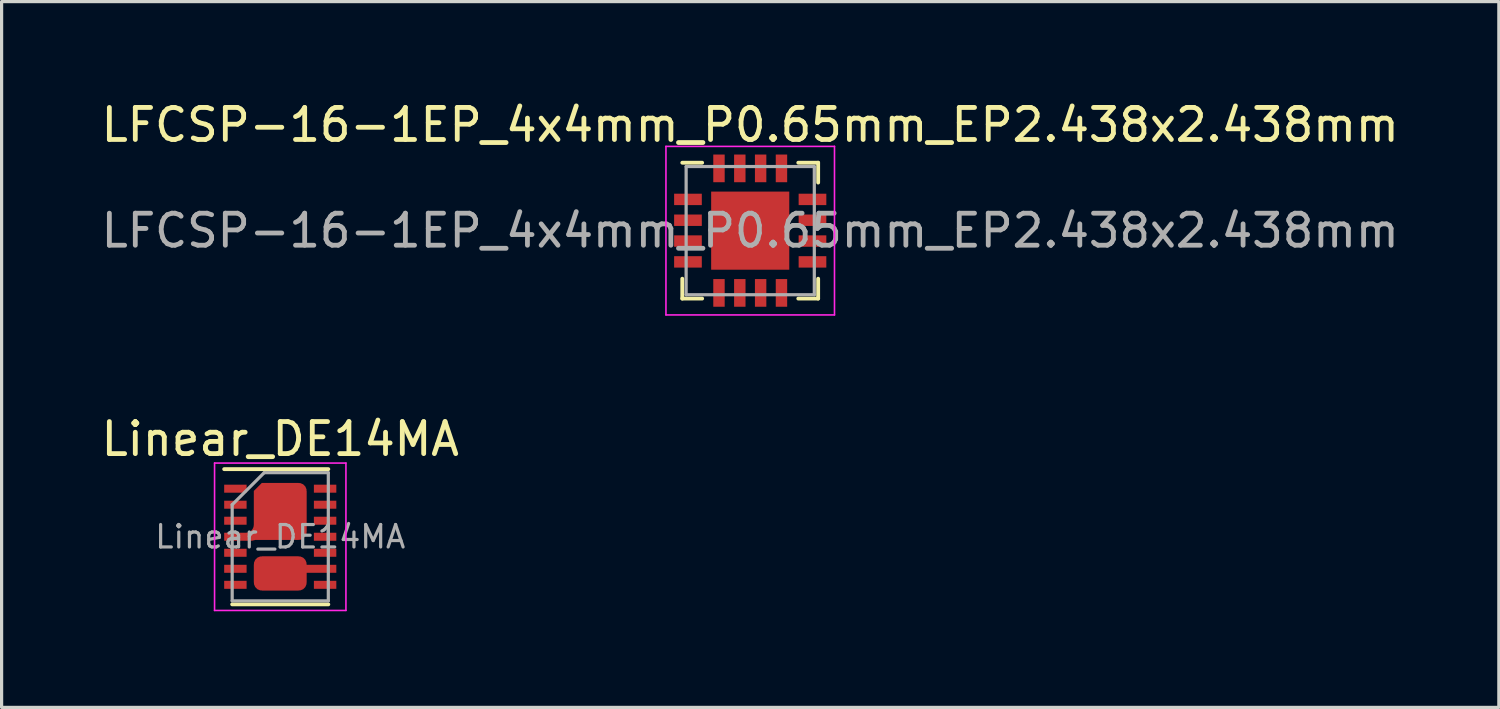
<source format=kicad_pcb>
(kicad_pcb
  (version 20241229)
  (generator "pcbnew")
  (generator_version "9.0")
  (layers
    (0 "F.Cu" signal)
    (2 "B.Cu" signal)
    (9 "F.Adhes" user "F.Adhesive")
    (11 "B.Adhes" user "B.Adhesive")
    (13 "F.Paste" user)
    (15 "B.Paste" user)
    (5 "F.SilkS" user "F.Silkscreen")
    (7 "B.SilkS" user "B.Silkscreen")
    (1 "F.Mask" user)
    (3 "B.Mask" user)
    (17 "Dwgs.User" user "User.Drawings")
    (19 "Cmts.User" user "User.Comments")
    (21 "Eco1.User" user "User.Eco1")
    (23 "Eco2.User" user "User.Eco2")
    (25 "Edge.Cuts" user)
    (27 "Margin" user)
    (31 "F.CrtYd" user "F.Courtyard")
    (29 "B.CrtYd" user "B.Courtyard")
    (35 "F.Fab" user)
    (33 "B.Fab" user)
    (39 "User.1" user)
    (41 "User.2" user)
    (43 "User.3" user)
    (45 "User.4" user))
  (footprint "LFCSP-16-1EP_4x4mm_P0.65mm_EP2.438x2.438mm"
    (layer "F.Cu")
    (at 20.363 4.148)
    (property "Reference" "LFCSP-16-1EP_4x4mm_P0.65mm_EP2.438x2.438mm" (at 0 -3.3 0) (layer "F.SilkS") (effects (font (size 1 1) (thickness 0.15))))
    (attr smd)
    (fp_line (start -2.12 2.12) (end -2.12 1.5) (stroke (width 0.12) (type solid)) (layer "F.SilkS"))
    (fp_line (start -1.5 -2.12) (end -2.12 -2.12) (stroke (width 0.12) (type solid)) (layer "F.SilkS"))
    (fp_line (start -1.5 2.12) (end -2.12 2.12) (stroke (width 0.12) (type solid)) (layer "F.SilkS"))
    (fp_line (start 1.5 -2.12) (end 2.12 -2.12) (stroke (width 0.12) (type solid)) (layer "F.SilkS"))
    (fp_line (start 1.5 2.12) (end 2.12 2.12) (stroke (width 0.12) (type solid)) (layer "F.SilkS"))
    (fp_line (start 2.12 -2.12) (end 2.12 -1.5) (stroke (width 0.12) (type solid)) (layer "F.SilkS"))
    (fp_line (start 2.12 2.12) (end 2.12 1.5) (stroke (width 0.12) (type solid)) (layer "F.SilkS"))
    (fp_line (start -2.63 -2.63) (end 2.63 -2.63) (stroke (width 0.05) (type solid)) (layer "F.CrtYd"))
    (fp_line (start -2.63 2.63) (end -2.63 -2.63) (stroke (width 0.05) (type solid)) (layer "F.CrtYd"))
    (fp_line (start 2.63 -2.63) (end 2.63 2.63) (stroke (width 0.05) (type solid)) (layer "F.CrtYd"))
    (fp_line (start 2.63 2.63) (end -2.63 2.63) (stroke (width 0.05) (type solid)) (layer "F.CrtYd"))
    (fp_line (start -2 -2) (end 2 -2) (stroke (width 0.1) (type solid)) (layer "F.Fab"))
    (fp_line (start -2 2) (end -2 -2) (stroke (width 0.1) (type solid)) (layer "F.Fab"))
    (fp_line (start 2 -2) (end 2 2) (stroke (width 0.1) (type solid)) (layer "F.Fab"))
    (fp_line (start 2 2) (end -2 2) (stroke (width 0.1) (type solid)) (layer "F.Fab"))
    (fp_text user "${REFERENCE}" (at 0 0 0) (layer "F.Fab") (effects (font (size 1 1) (thickness 0.15))))
    (pad "" smd rect (at -0.61 -0.61) (size 1 1) (layers "F.Paste"))
    (pad "" smd rect (at -0.61 0.61) (size 1 1) (layers "F.Paste"))
    (pad "" smd rect (at 0.61 -0.61) (size 1 1) (layers "F.Paste"))
    (pad "" smd rect (at 0.61 0.61) (size 1 1) (layers "F.Paste"))
    (pad "1" smd rect (at -1.943 -0.975) (size 0.864 0.356) (layers "F.Cu" "F.Mask" "F.Paste"))
    (pad "2" smd rect (at -1.943 -0.325) (size 0.864 0.356) (layers "F.Cu" "F.Mask" "F.Paste"))
    (pad "3" smd rect (at -1.943 0.325) (size 0.864 0.356) (layers "F.Cu" "F.Mask" "F.Paste"))
    (pad "4" smd rect (at -1.943 0.975) (size 0.864 0.356) (layers "F.Cu" "F.Mask" "F.Paste"))
    (pad "5" smd rect (at -0.975 1.943) (size 0.356 0.864) (layers "F.Cu" "F.Mask" "F.Paste"))
    (pad "6" smd rect (at -0.325 1.943) (size 0.356 0.864) (layers "F.Cu" "F.Mask" "F.Paste"))
    (pad "7" smd rect (at 0.325 1.943) (size 0.356 0.864) (layers "F.Cu" "F.Mask" "F.Paste"))
    (pad "8" smd rect (at 0.975 1.943) (size 0.356 0.864) (layers "F.Cu" "F.Mask" "F.Paste"))
    (pad "9" smd rect (at 1.943 0.975) (size 0.864 0.356) (layers "F.Cu" "F.Mask" "F.Paste"))
    (pad "10" smd rect (at 1.943 0.325) (size 0.864 0.356) (layers "F.Cu" "F.Mask" "F.Paste"))
    (pad "11" smd rect (at 1.943 -0.325) (size 0.864 0.356) (layers "F.Cu" "F.Mask" "F.Paste"))
    (pad "12" smd rect (at 1.943 -0.975) (size 0.864 0.356) (layers "F.Cu" "F.Mask" "F.Paste"))
    (pad "13" smd rect (at 0.975 -1.943) (size 0.356 0.864) (layers "F.Cu" "F.Mask" "F.Paste"))
    (pad "14" smd rect (at 0.325 -1.943) (size 0.356 0.864) (layers "F.Cu" "F.Mask" "F.Paste"))
    (pad "15" smd rect (at -0.325 -1.943) (size 0.356 0.864) (layers "F.Cu" "F.Mask" "F.Paste"))
    (pad "16" smd rect (at -0.975 -1.943) (size 0.356 0.864) (layers "F.Cu" "F.Mask" "F.Paste"))
    (pad "17" smd rect (at 0 0) (size 2.438 2.438) (layers "F.Cu" "F.Mask")))
  (footprint "Linear_DE14MA"
    (layer "F.Cu")
    (at 5.696 13.701)
    (property "Reference" "Linear_DE14MA" (at 0 -3.05 0) (layer "F.SilkS") (effects (font (size 1 1) (thickness 0.15))))
    (attr smd)
    (fp_line (start -1.75 -2.11) (end 1.5 -2.11) (stroke (width 0.12) (type solid)) (layer "F.SilkS"))
    (fp_line (start -1.5 2.11) (end 1.5 2.11) (stroke (width 0.12) (type solid)) (layer "F.SilkS"))
    (fp_line (start -2.05 -2.3) (end -2.05 2.3) (stroke (width 0.05) (type solid)) (layer "F.CrtYd"))
    (fp_line (start -2.05 -2.3) (end 2.05 -2.3) (stroke (width 0.05) (type solid)) (layer "F.CrtYd"))
    (fp_line (start -2.05 2.3) (end 2.05 2.3) (stroke (width 0.05) (type solid)) (layer "F.CrtYd"))
    (fp_line (start 2.05 -2.3) (end 2.05 2.3) (stroke (width 0.05) (type solid)) (layer "F.CrtYd"))
    (fp_line (start -1.5 -1) (end -0.5 -2) (stroke (width 0.1) (type solid)) (layer "F.Fab"))
    (fp_line (start -1.5 2) (end -1.5 -1) (stroke (width 0.1) (type solid)) (layer "F.Fab"))
    (fp_line (start -0.5 -2) (end 1.5 -2) (stroke (width 0.1) (type solid)) (layer "F.Fab"))
    (fp_line (start 1.5 -2) (end 1.5 2) (stroke (width 0.1) (type solid)) (layer "F.Fab"))
    (fp_line (start 1.5 2) (end -1.5 2) (stroke (width 0.1) (type solid)) (layer "F.Fab"))
    (fp_text user "${REFERENCE}" (at 0 0 0) (layer "F.Fab") (effects (font (size 0.7 0.7) (thickness 0.1))))
    (pad "1" smd rect (at -1.4 -1.5) (size 0.7 0.25) (layers "F.Cu" "F.Mask" "F.Paste"))
    (pad "2" smd rect (at -1.4 -1) (size 0.7 0.25) (layers "F.Cu" "F.Mask" "F.Paste"))
    (pad "3" smd rect (at -1.4 -0.5) (size 0.7 0.25) (layers "F.Cu" "F.Mask" "F.Paste"))
    (pad "4" smd custom (at 0 -0.79) (size 1.65 1.28) (layers "F.Cu" "F.Mask" "F.Paste") (options (anchor rect)) (primitives (gr_circle (center 0.575 -0.64) (end 0.825 -0.64) (width 0) (fill yes)) (gr_circle (center 0.575 0.64) (end 0.825 0.64) (width 0) (fill yes)) (gr_poly (pts (xy -0.575 -0.89) (xy 0.575 -0.89) (xy 0.575 0.89) (xy -0.825 0.89) (xy -0.825 -0.64)) (width 0) (fill yes)) (gr_poly (pts (xy -0.78 0.665) (xy -1.75 0.665) (xy -1.75 0.915) (xy -0.88 0.915) (xy -0.78 0.89)) (width 0) (fill yes)) (gr_poly (pts (xy -1.075 0.665) (xy -1.025 0.66) (xy -0.977 0.645) (xy -0.935 0.622) (xy -0.897 0.591) (xy -0.866 0.552) (xy -0.844 0.511) (xy -0.83 0.464) (xy -0.825 0.415) (xy -0.825 0.665)) (width 0.001) (fill yes))))
    (pad "5" smd rect (at -1.4 0.5) (size 0.7 0.25) (layers "F.Cu" "F.Mask" "F.Paste"))
    (pad "6" smd rect (at -1.4 1) (size 0.7 0.25) (layers "F.Cu" "F.Mask" "F.Paste"))
    (pad "7" smd rect (at -1.4 1.5) (size 0.7 0.25) (layers "F.Cu" "F.Mask" "F.Paste"))
    (pad "8" smd rect (at 1.4 1.5) (size 0.7 0.25) (layers "F.Cu" "F.Mask" "F.Paste"))
    (pad "9" smd custom (at 0 1.145) (size 1.15 1.07) (layers "F.Cu" "F.Mask" "F.Paste") (options (anchor rect)) (primitives (gr_circle (center -0.575 -0.285) (end -0.325 -0.285) (width 0) (fill yes)) (gr_circle (center 0.575 -0.285) (end 0.825 -0.285) (width 0) (fill yes)) (gr_circle (center -0.575 0.285) (end -0.325 0.285) (width 0) (fill yes)) (gr_circle (center 0.575 0.285) (end 0.825 0.285) (width 0) (fill yes)) (gr_poly (pts (xy -0.825 -0.285) (xy 0.825 -0.285) (xy 0.825 0.285) (xy -0.825 0.285)) (width 0) (fill yes)) (gr_poly (pts (xy 0.825 -0.27) (xy 1.75 -0.27) (xy 1.75 -0.02) (xy 0.825 -0.02)) (width 0) (fill yes))))
    (pad "10" smd rect (at 1.4 0.5) (size 0.7 0.25) (layers "F.Cu" "F.Mask" "F.Paste"))
    (pad "11" smd rect (at 1.4 0) (size 0.7 0.25) (layers "F.Cu" "F.Mask" "F.Paste"))
    (pad "12" smd rect (at 1.4 -0.5) (size 0.7 0.25) (layers "F.Cu" "F.Mask" "F.Paste"))
    (pad "13" smd rect (at 1.4 -1) (size 0.7 0.25) (layers "F.Cu" "F.Mask" "F.Paste"))
    (pad "14" smd rect (at 1.4 -1.5) (size 0.7 0.25) (layers "F.Cu" "F.Mask" "F.Paste")))
  (gr_rect
    (start -3 -3)
    (end 43.726 19.026)
    (stroke (width 0.1) (type default))
    (fill no)
    (layer "Edge.Cuts")))
</source>
